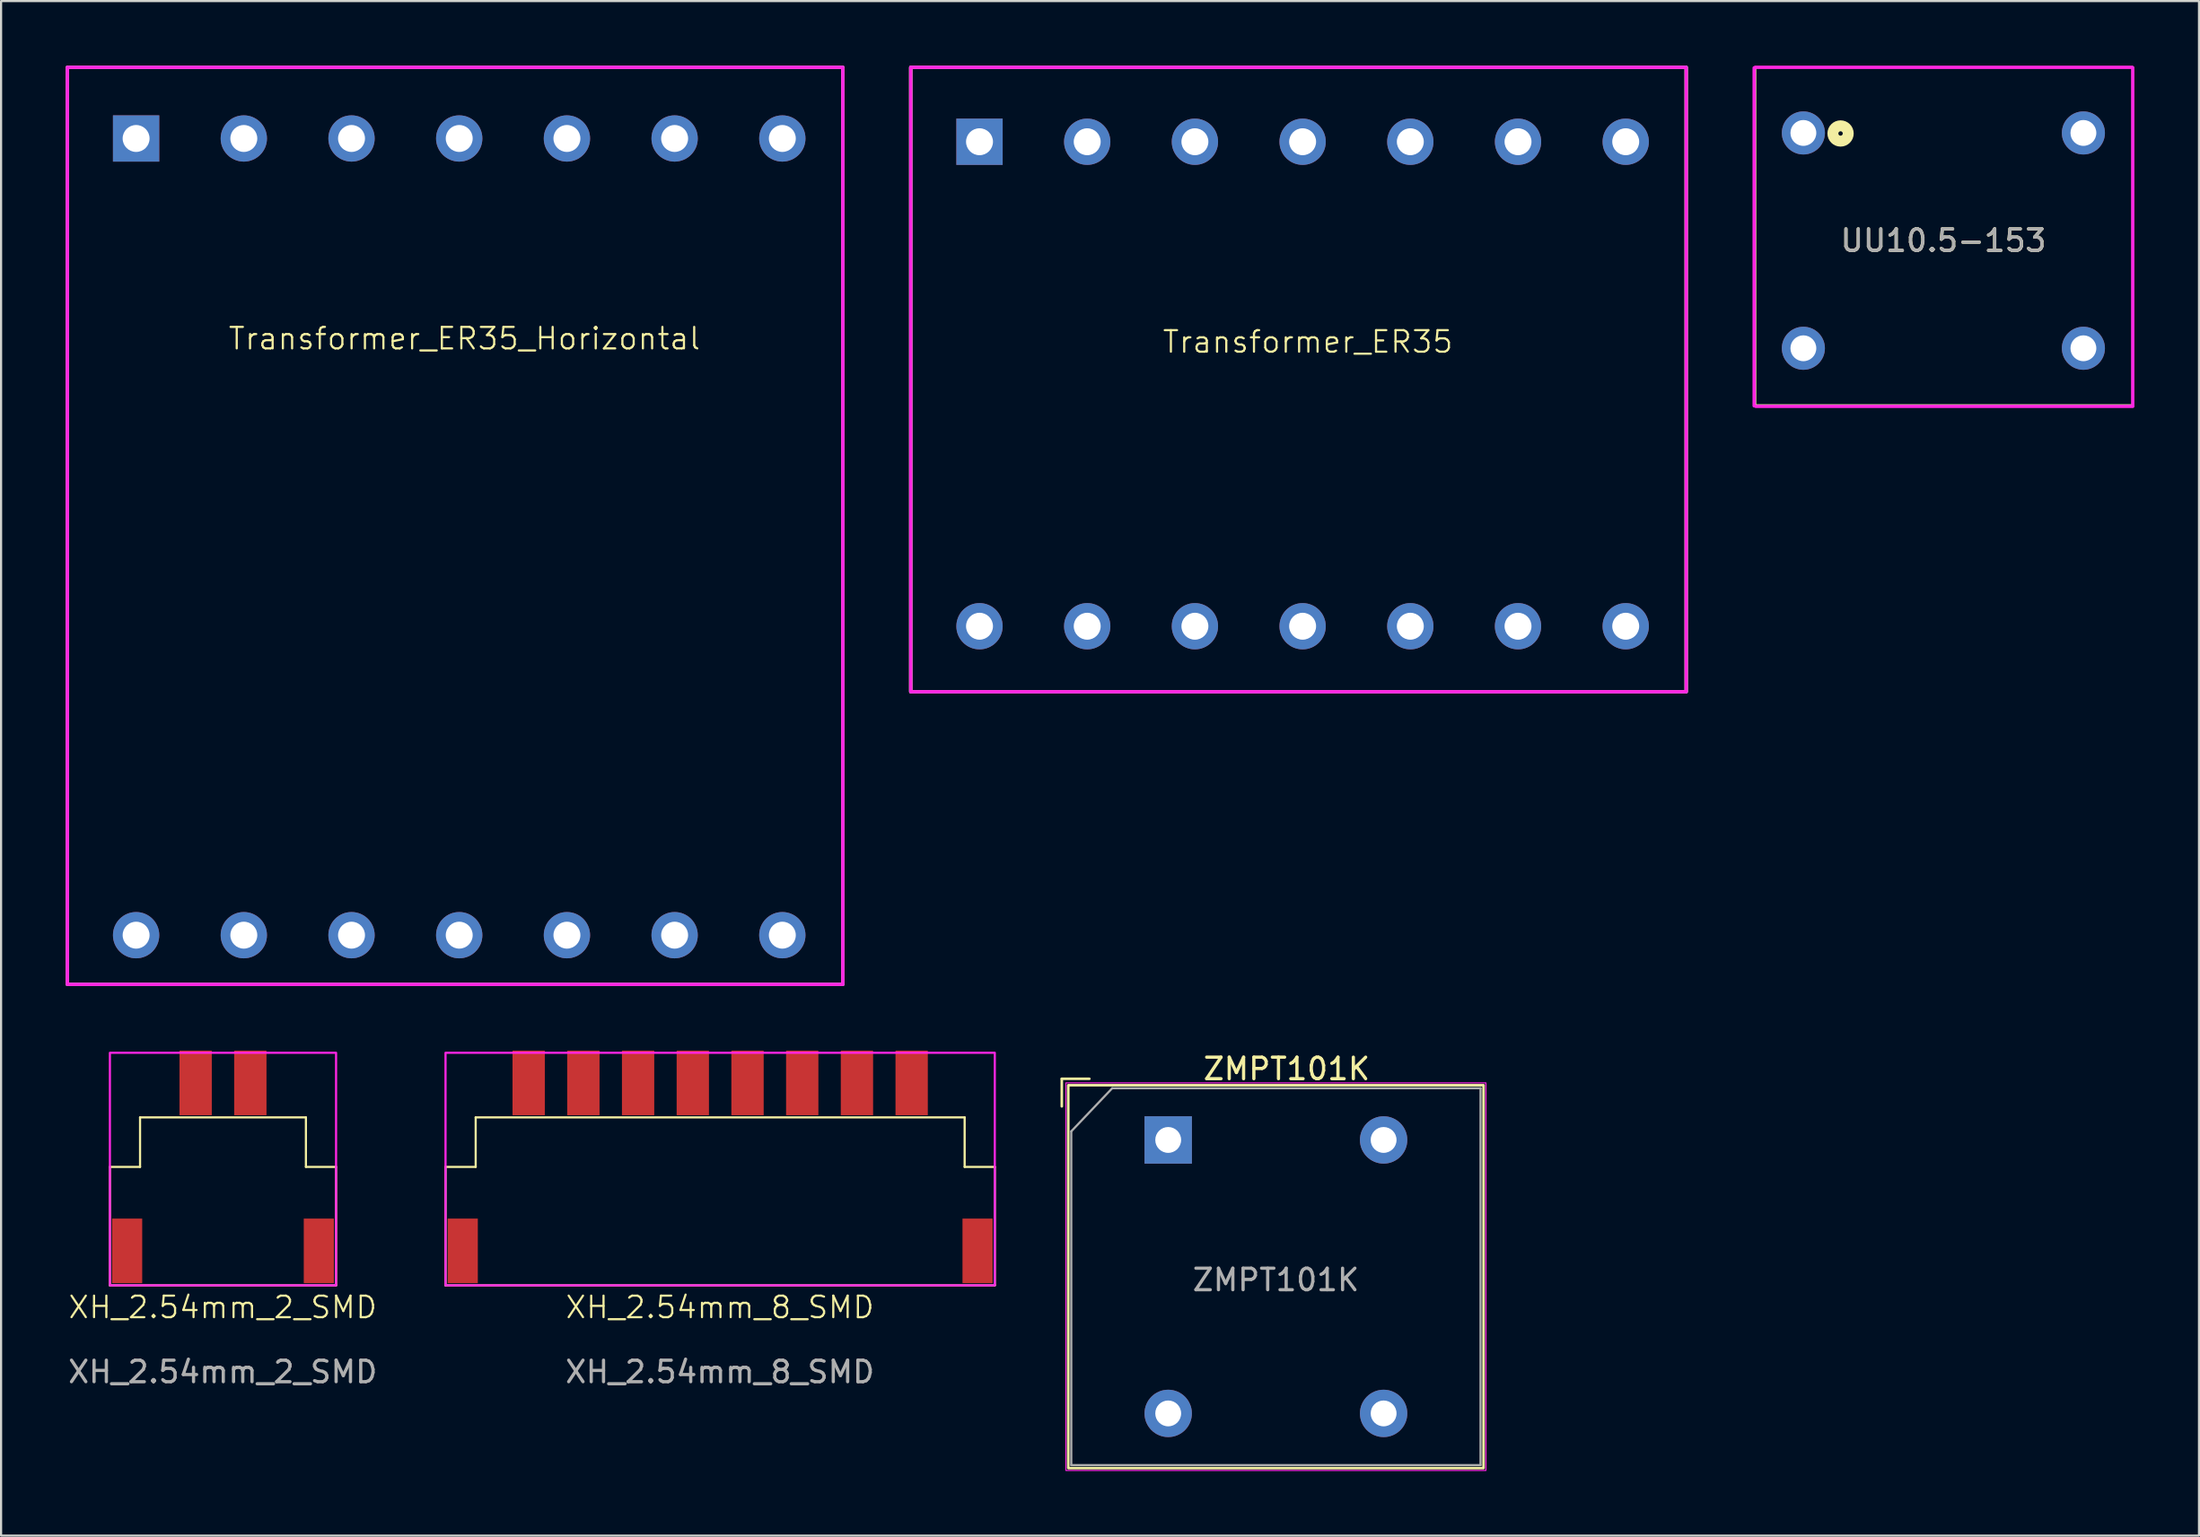
<source format=kicad_pcb>
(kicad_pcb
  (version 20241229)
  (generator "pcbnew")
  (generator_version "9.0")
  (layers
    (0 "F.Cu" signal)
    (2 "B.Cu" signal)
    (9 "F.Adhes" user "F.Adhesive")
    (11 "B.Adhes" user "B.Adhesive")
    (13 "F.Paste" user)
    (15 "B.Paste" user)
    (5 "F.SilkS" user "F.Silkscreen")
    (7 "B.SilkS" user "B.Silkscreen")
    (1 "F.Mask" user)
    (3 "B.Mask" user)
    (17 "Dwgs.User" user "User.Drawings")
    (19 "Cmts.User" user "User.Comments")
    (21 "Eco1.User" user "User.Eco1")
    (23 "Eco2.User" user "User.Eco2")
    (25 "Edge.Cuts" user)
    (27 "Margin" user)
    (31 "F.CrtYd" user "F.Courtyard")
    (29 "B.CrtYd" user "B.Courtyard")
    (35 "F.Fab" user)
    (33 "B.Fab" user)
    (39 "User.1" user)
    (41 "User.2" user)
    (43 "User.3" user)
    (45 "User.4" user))
  (footprint "XH_2.54mm_2_SMD"
    (layer "F.Cu")
    (at 7.302 48.843)
    (property "Reference" "XH_2.54mm_2_SMD" (at -0.01 8.82 0) (unlocked yes) (layer "F.SilkS") (effects (font (size 1 1) (thickness 0.1))))
    (attr smd)
    (fp_line (start -5.25 2.3) (end -5.25 7.8) (stroke (width 0.1) (type default)) (layer "F.SilkS"))
    (fp_line (start -5.25 2.3) (end -3.85 2.3) (stroke (width 0.1) (type default)) (layer "F.SilkS"))
    (fp_line (start -5.25 7.8) (end 5.25 7.8) (stroke (width 0.1) (type default)) (layer "F.SilkS"))
    (fp_line (start -3.85 0) (end -3.85 2.3) (stroke (width 0.1) (type default)) (layer "F.SilkS"))
    (fp_line (start -3.85 0) (end 3.85 0) (stroke (width 0.1) (type default)) (layer "F.SilkS"))
    (fp_line (start 3.85 0) (end 3.85 2.3) (stroke (width 0.1) (type default)) (layer "F.SilkS"))
    (fp_line (start 5.25 2.3) (end 3.85 2.3) (stroke (width 0.1) (type default)) (layer "F.SilkS"))
    (fp_line (start 5.25 2.3) (end 5.25 7.8) (stroke (width 0.1) (type default)) (layer "F.SilkS"))
    (fp_rect (start -5.25 -3) (end 5.25 7.8) (stroke (width 0.1) (type default)) (fill no) (layer "F.CrtYd"))
    (fp_text user "${REFERENCE}" (at -0.01 11.82 0) (unlocked yes) (layer "F.Fab") (effects (font (size 1 1) (thickness 0.15))))
    (pad "" smd rect (at -4.45 6.2) (size 1.4 3) (layers "F.Cu" "F.Mask" "F.Paste"))
    (pad "" smd rect (at 4.45 6.2) (size 1.4 3) (layers "F.Cu" "F.Mask" "F.Paste"))
    (pad "1" smd rect (at 1.27 -1.6) (size 1.5 3) (layers "F.Cu" "F.Mask" "F.Paste"))
    (pad "2" smd rect (at -1.27 -1.6) (size 1.5 3) (layers "F.Cu" "F.Mask" "F.Paste")))
  (footprint "ZMPT101K"
    (layer "F.Cu")
    (at 51.183 49.891)
    (property "Reference" "ZMPT101K" (at 5.5 -3.3 0) (layer "F.SilkS") (effects (font (size 1 1) (thickness 0.15))))
    (attr through_hole)
    (fp_line (start -4.94 -2.84) (end -3.66 -2.84) (stroke (width 0.12) (type default)) (layer "F.SilkS"))
    (fp_line (start -4.94 -1.56) (end -4.94 -2.84) (stroke (width 0.12) (type default)) (layer "F.SilkS"))
    (fp_rect (start -4.64 -2.54) (end 14.64 15.24) (stroke (width 0.12) (type default)) (fill no) (layer "F.SilkS"))
    (fp_rect (start -4.75 -2.65) (end 14.75 15.35) (stroke (width 0.05) (type default)) (fill no) (layer "F.CrtYd"))
    (fp_line (start -4.5 -0.4) (end -2.6 -2.4) (stroke (width 0.1) (type default)) (layer "F.Fab"))
    (fp_line (start -4.5 15.1) (end -4.5 -0.4) (stroke (width 0.1) (type default)) (layer "F.Fab"))
    (fp_line (start -2.6 -2.4) (end 14.5 -2.4) (stroke (width 0.1) (type default)) (layer "F.Fab"))
    (fp_line (start 14.5 -2.4) (end 14.5 15.1) (stroke (width 0.1) (type default)) (layer "F.Fab"))
    (fp_line (start 14.5 15.1) (end -4.5 15.1) (stroke (width 0.1) (type default)) (layer "F.Fab"))
    (fp_text user "${REFERENCE}" (at 5 6.5 0) (layer "F.Fab") (effects (font (size 1 1) (thickness 0.15))))
    (pad "1" thru_hole rect (at 0 0) (size 2.2 2.2) (drill 1.2) (layers "*.Cu" "*.Mask"))
    (pad "2" thru_hole circle (at 0 12.7) (size 2.2 2.2) (drill 1.2) (layers "*.Cu" "*.Mask"))
    (pad "3" thru_hole circle (at 10 12.7) (size 2.2 2.2) (drill 1.2) (layers "*.Cu" "*.Mask"))
    (pad "4" thru_hole circle (at 10 0) (size 2.2 2.2) (drill 1.2) (layers "*.Cu" "*.Mask")))
  (footprint "UU10.5-153"
    (layer "F.Cu")
    (at 80.67 3.124)
    (property "Reference" "UU10.5-153" (at 6.5 5 0) (unlocked yes) (layer "F.SilkS") (effects (font (size 1 1) (thickness 0.15))))
    (attr through_hole)
    (fp_line (start -2.235 -3.048) (end -2.235 12.649) (stroke (width 0.1) (type default)) (layer "F.SilkS"))
    (fp_line (start -2.235 12.649) (end 15.291 12.649) (stroke (width 0.1) (type default)) (layer "F.SilkS"))
    (fp_line (start 15.291 -3.048) (end -2.235 -3.048) (stroke (width 0.1) (type default)) (layer "F.SilkS"))
    (fp_line (start 15.291 12.649) (end 15.291 -3.048) (stroke (width 0.1) (type default)) (layer "F.SilkS"))
    (fp_circle (center 1.727 0.025) (end 1.829 0.025) (stroke (width 0.508) (type solid)) (fill no) (layer "F.SilkS"))
    (fp_line (start -2.286 12.676) (end -2.286 -3.024) (stroke (width 0.152) (type solid)) (layer "F.CrtYd"))
    (fp_line (start 15.265 -3.048) (end -2.235 -3.048) (stroke (width 0.152) (type solid)) (layer "F.CrtYd"))
    (fp_line (start 15.291 12.676) (end 15.291 -3.024) (stroke (width 0.152) (type solid)) (layer "F.CrtYd"))
    (fp_line (start 15.291 12.7) (end -2.209 12.7) (stroke (width 0.152) (type solid)) (layer "F.CrtYd"))
    (fp_text user "${REFERENCE}" (at 6.5 5 0) (unlocked yes) (layer "F.Fab") (effects (font (size 1 1) (thickness 0.15))))
    (pad "1" thru_hole circle (at 0 0) (size 2 2) (drill 1.2) (layers "*.Cu" "*.Mask"))
    (pad "2" thru_hole circle (at 0 10) (size 2 2) (drill 1.2) (layers "*.Cu" "*.Mask"))
    (pad "3" thru_hole circle (at 13 0) (size 2 2) (drill 1.2) (layers "*.Cu" "*.Mask"))
    (pad "4" thru_hole circle (at 13 10) (size 2 2) (drill 1.2) (layers "*.Cu" "*.Mask")))
  (footprint "XH_2.54mm_8_SMD"
    (layer "F.Cu")
    (at 30.383 48.843)
    (property "Reference" "XH_2.54mm_8_SMD" (at -0.01 8.82 0) (unlocked yes) (layer "F.SilkS") (effects (font (size 1 1) (thickness 0.1))))
    (attr smd)
    (fp_line (start -12.75 2.3) (end -12.75 7.8) (stroke (width 0.1) (type default)) (layer "F.SilkS"))
    (fp_line (start -12.75 2.3) (end -11.35 2.3) (stroke (width 0.1) (type default)) (layer "F.SilkS"))
    (fp_line (start -12.75 7.8) (end 12.75 7.8) (stroke (width 0.1) (type default)) (layer "F.SilkS"))
    (fp_line (start -11.35 0) (end -11.35 2.3) (stroke (width 0.1) (type default)) (layer "F.SilkS"))
    (fp_line (start -11.35 0) (end 11.35 0) (stroke (width 0.1) (type default)) (layer "F.SilkS"))
    (fp_line (start 11.35 0) (end 11.35 2.3) (stroke (width 0.1) (type default)) (layer "F.SilkS"))
    (fp_line (start 12.75 2.3) (end 11.35 2.3) (stroke (width 0.1) (type default)) (layer "F.SilkS"))
    (fp_line (start 12.75 2.3) (end 12.75 7.8) (stroke (width 0.1) (type default)) (layer "F.SilkS"))
    (fp_rect (start -12.75 -3) (end 12.75 7.8) (stroke (width 0.1) (type default)) (fill no) (layer "F.CrtYd"))
    (fp_text user "${REFERENCE}" (at -0.01 11.82 0) (unlocked yes) (layer "F.Fab") (effects (font (size 1 1) (thickness 0.15))))
    (pad "" smd rect (at -11.95 6.2) (size 1.4 3) (layers "F.Cu" "F.Mask" "F.Paste"))
    (pad "" smd rect (at 11.95 6.2) (size 1.4 3) (layers "F.Cu" "F.Mask" "F.Paste"))
    (pad "1" smd rect (at 8.89 -1.6) (size 1.5 3) (layers "F.Cu" "F.Mask" "F.Paste"))
    (pad "2" smd rect (at 6.35 -1.6) (size 1.5 3) (layers "F.Cu" "F.Mask" "F.Paste"))
    (pad "3" smd rect (at 3.81 -1.6) (size 1.5 3) (layers "F.Cu" "F.Mask" "F.Paste"))
    (pad "4" smd rect (at 1.27 -1.6) (size 1.5 3) (layers "F.Cu" "F.Mask" "F.Paste"))
    (pad "5" smd rect (at -1.27 -1.6) (size 1.5 3) (layers "F.Cu" "F.Mask" "F.Paste"))
    (pad "6" smd rect (at -3.81 -1.6) (size 1.5 3) (layers "F.Cu" "F.Mask" "F.Paste"))
    (pad "7" smd rect (at -6.35 -1.6) (size 1.5 3) (layers "F.Cu" "F.Mask" "F.Paste"))
    (pad "8" smd rect (at -8.89 -1.6) (size 1.5 3) (layers "F.Cu" "F.Mask" "F.Paste")))
  (footprint "Transformer_ER35_Horizontal"
    (layer "F.Cu")
    (at 18.435 12.648)
    (property "Reference" "Transformer_ER35_Horizontal" (at 0.076 0.025 0) (unlocked yes) (layer "F.SilkS") (effects (font (size 1 1) (thickness 0.1))))
    (attr through_hole)
    (fp_rect (start -18.358 -12.571) (end 17.642 30.018) (stroke (width 0.154) (type default)) (fill no) (layer "F.SilkS"))
    (fp_rect (start -18.358 -12.571) (end 17.642 30.018) (stroke (width 0.154) (type default)) (fill no) (layer "F.CrtYd"))
    (fp_rect (start -18.358 -12.571) (end 17.642 30.018) (stroke (width 0.154) (type default)) (fill no) (layer "F.Fab"))
    (pad "1" thru_hole rect (at -15.166 -9.267 90) (size 2.15 2.15) (drill 1.25) (layers "*.Cu" "*.Mask"))
    (pad "2" thru_hole circle (at -10.166 -9.267 90) (size 2.15 2.15) (drill 1.25) (layers "*.Cu" "*.Mask"))
    (pad "3" thru_hole circle (at -5.166 -9.267 90) (size 2.15 2.15) (drill 1.25) (layers "*.Cu" "*.Mask"))
    (pad "4" thru_hole circle (at -0.166 -9.267 90) (size 2.15 2.15) (drill 1.25) (layers "*.Cu" "*.Mask"))
    (pad "5" thru_hole circle (at 4.834 -9.267 90) (size 2.15 2.15) (drill 1.25) (layers "*.Cu" "*.Mask"))
    (pad "6" thru_hole circle (at 9.834 -9.267 90) (size 2.15 2.15) (drill 1.25) (layers "*.Cu" "*.Mask"))
    (pad "7" thru_hole circle (at 14.834 -9.267 90) (size 2.15 2.15) (drill 1.25) (layers "*.Cu" "*.Mask"))
    (pad "8" thru_hole circle (at 14.834 27.733 90) (size 2.15 2.15) (drill 1.25) (layers "*.Cu" "*.Mask"))
    (pad "9" thru_hole circle (at 9.834 27.733 90) (size 2.15 2.15) (drill 1.25) (layers "*.Cu" "*.Mask"))
    (pad "10" thru_hole circle (at 4.834 27.733 90) (size 2.15 2.15) (drill 1.25) (layers "*.Cu" "*.Mask"))
    (pad "11" thru_hole circle (at -0.166 27.733 90) (size 2.15 2.15) (drill 1.25) (layers "*.Cu" "*.Mask"))
    (pad "12" thru_hole circle (at -5.166 27.733 90) (size 2.15 2.15) (drill 1.25) (layers "*.Cu" "*.Mask"))
    (pad "13" thru_hole circle (at -10.166 27.733 90) (size 2.15 2.15) (drill 1.25) (layers "*.Cu" "*.Mask"))
    (pad "14" thru_hole circle (at -15.166 27.733 90) (size 2.15 2.15) (drill 1.25) (layers "*.Cu" "*.Mask")))
  (footprint "Transformer_ER35"
    (layer "F.Cu")
    (at 57.589 12.8)
    (property "Reference" "Transformer_ER35" (at 0.076 0.025 0) (unlocked yes) (layer "F.SilkS") (effects (font (size 1 1) (thickness 0.1))))
    (attr through_hole)
    (fp_rect (start -18.358 -12.723) (end 17.642 16.277) (stroke (width 0.154) (type default)) (fill no) (layer "F.SilkS"))
    (fp_rect (start -18.358 -12.723) (end 17.642 16.277) (stroke (width 0.154) (type default)) (fill no) (layer "F.CrtYd"))
    (fp_rect (start -18.358 -12.723) (end 17.642 16.277) (stroke (width 0.154) (type default)) (fill no) (layer "F.Fab"))
    (pad "" thru_hole circle (at -10.166 -9.267 90) (size 2.15 2.15) (drill 1.25) (layers "*.Cu" "*.Mask"))
    (pad "" thru_hole circle (at -10.166 13.233 90) (size 2.15 2.15) (drill 1.25) (layers "*.Cu" "*.Mask"))
    (pad "" thru_hole circle (at -5.166 -9.267 90) (size 2.15 2.15) (drill 1.25) (layers "*.Cu" "*.Mask"))
    (pad "" thru_hole circle (at -5.166 13.233 90) (size 2.15 2.15) (drill 1.25) (layers "*.Cu" "*.Mask"))
    (pad "" thru_hole circle (at -0.166 -9.267 90) (size 2.15 2.15) (drill 1.25) (layers "*.Cu" "*.Mask"))
    (pad "" thru_hole circle (at 4.834 -9.267 90) (size 2.15 2.15) (drill 1.25) (layers "*.Cu" "*.Mask"))
    (pad "" thru_hole circle (at 4.834 13.233 90) (size 2.15 2.15) (drill 1.25) (layers "*.Cu" "*.Mask"))
    (pad "" thru_hole circle (at 9.834 -9.267 90) (size 2.15 2.15) (drill 1.25) (layers "*.Cu" "*.Mask"))
    (pad "" thru_hole circle (at 9.834 13.233 90) (size 2.15 2.15) (drill 1.25) (layers "*.Cu" "*.Mask"))
    (pad "1" thru_hole rect (at -15.166 -9.267 90) (size 2.15 2.15) (drill 1.25) (layers "*.Cu" "*.Mask"))
    (pad "2" thru_hole circle (at 14.834 -9.267 90) (size 2.15 2.15) (drill 1.25) (layers "*.Cu" "*.Mask"))
    (pad "3" thru_hole circle (at -15.166 13.233 90) (size 2.15 2.15) (drill 1.25) (layers "*.Cu" "*.Mask"))
    (pad "4" thru_hole circle (at -0.166 13.233 90) (size 2.15 2.15) (drill 1.25) (layers "*.Cu" "*.Mask"))
    (pad "5" thru_hole circle (at 14.834 13.233 90) (size 2.15 2.15) (drill 1.25) (layers "*.Cu" "*.Mask")))
  (gr_rect
    (start -3 -3)
    (end 99.037 68.266)
    (stroke (width 0.1) (type default))
    (fill no)
    (layer "Edge.Cuts")))
</source>
